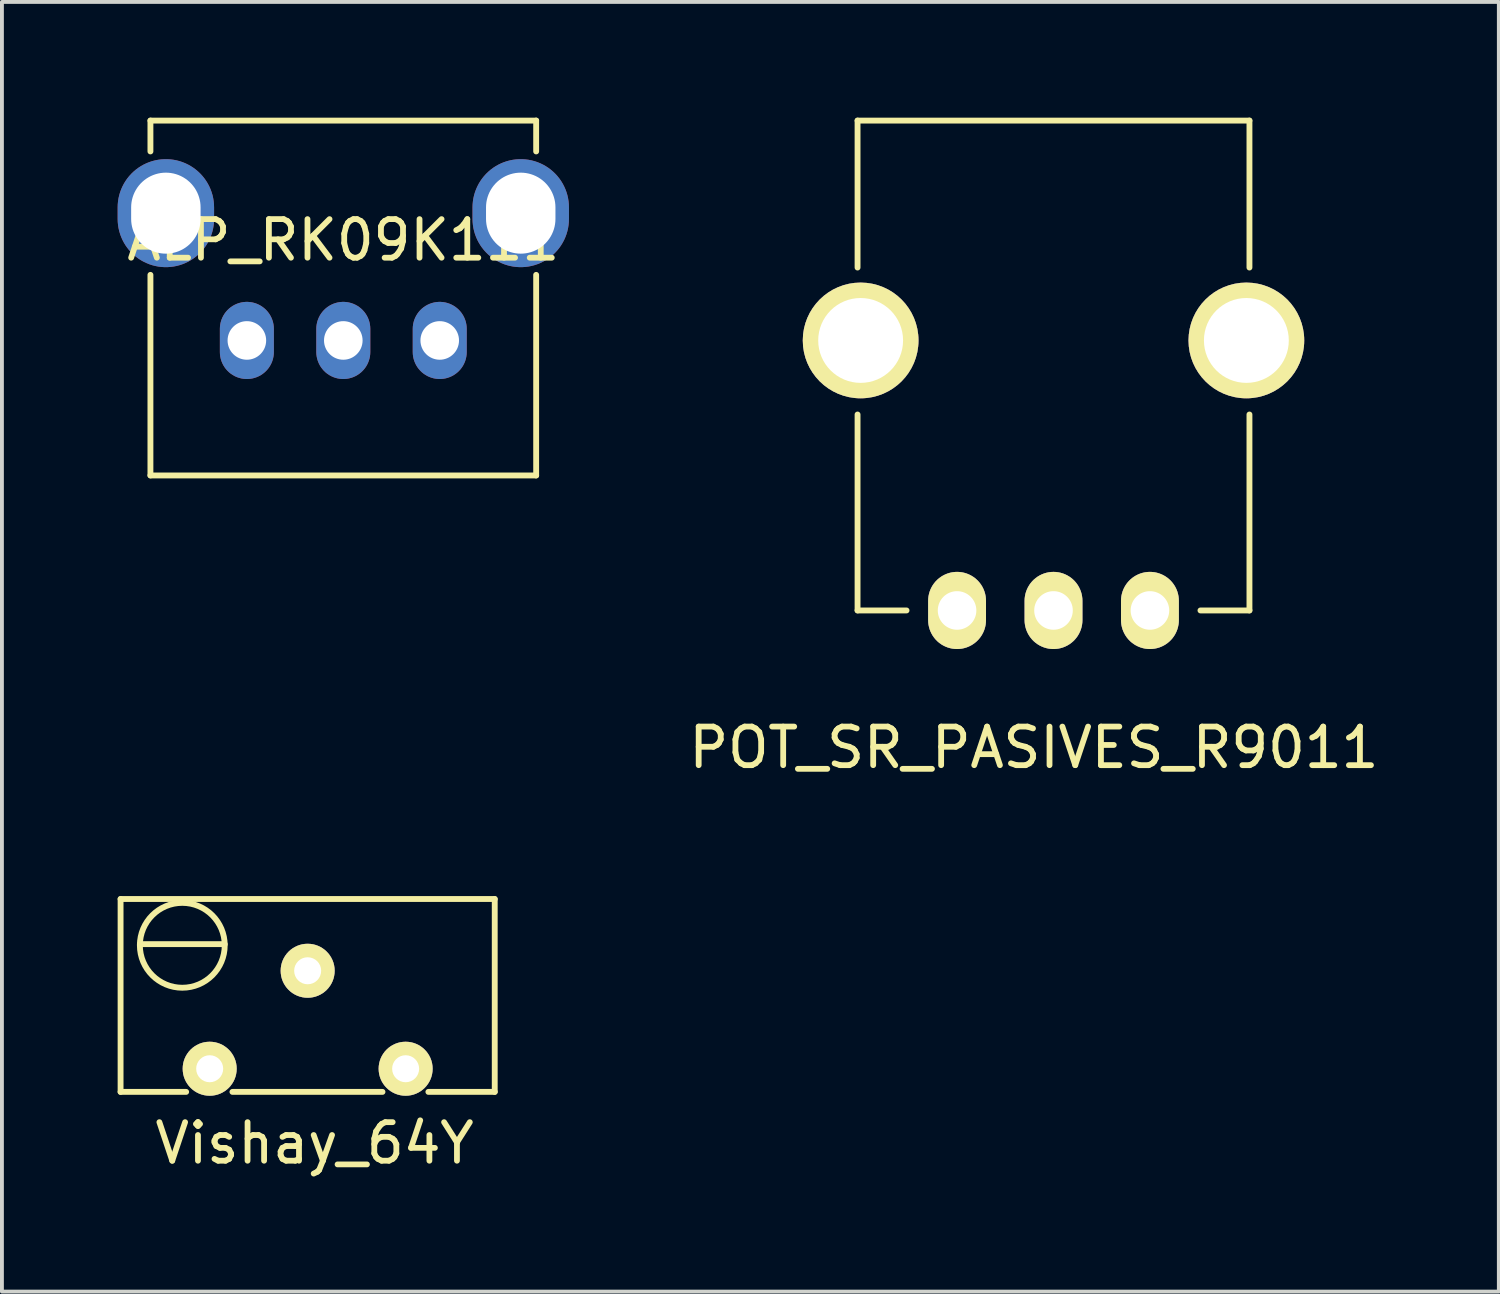
<source format=kicad_pcb>
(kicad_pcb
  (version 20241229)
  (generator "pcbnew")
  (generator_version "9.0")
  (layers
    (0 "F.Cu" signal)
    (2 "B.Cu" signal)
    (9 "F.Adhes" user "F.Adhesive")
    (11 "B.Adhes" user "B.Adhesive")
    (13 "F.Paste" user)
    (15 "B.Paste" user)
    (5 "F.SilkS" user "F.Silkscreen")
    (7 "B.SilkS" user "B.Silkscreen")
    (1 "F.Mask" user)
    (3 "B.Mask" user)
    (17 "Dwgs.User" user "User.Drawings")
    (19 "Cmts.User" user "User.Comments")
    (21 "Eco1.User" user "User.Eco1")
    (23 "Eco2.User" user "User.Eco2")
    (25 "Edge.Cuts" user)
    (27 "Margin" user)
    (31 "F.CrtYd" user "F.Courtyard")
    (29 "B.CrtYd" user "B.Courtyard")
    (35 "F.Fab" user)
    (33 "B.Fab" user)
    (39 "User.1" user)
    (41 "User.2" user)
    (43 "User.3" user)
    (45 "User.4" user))
  (footprint "Vishay_64Y"
    (layer "F.Cu")
    (at 4.926 23.387)
    (property "Reference" "Vishay_64Y" (at 0.18 3.2 0) (layer "F.SilkS") (effects (font (size 1 1) (thickness 0.15))))
    (attr through_hole)
    (fp_line (start -4.85 -3.13) (end 4.85 -3.13) (stroke (width 0.152) (type solid)) (layer "F.SilkS"))
    (fp_line (start -4.85 1.87) (end -4.85 -3.13) (stroke (width 0.152) (type solid)) (layer "F.SilkS"))
    (fp_line (start -4.85 1.87) (end -3.15 1.87) (stroke (width 0.152) (type solid)) (layer "F.SilkS"))
    (fp_line (start -4.35 -1.96) (end -2.15 -1.96) (stroke (width 0.152) (type solid)) (layer "F.SilkS"))
    (fp_line (start -1.95 1.87) (end 1.94 1.87) (stroke (width 0.152) (type solid)) (layer "F.SilkS"))
    (fp_line (start 3.13 1.87) (end 4.85 1.87) (stroke (width 0.152) (type solid)) (layer "F.SilkS"))
    (fp_line (start 4.85 1.87) (end 4.85 -3.13) (stroke (width 0.152) (type solid)) (layer "F.SilkS"))
    (fp_circle (center -3.25 -1.93) (end -2.15 -1.93) (stroke (width 0.152) (type solid)) (fill no) (layer "F.SilkS"))
    (pad "1" thru_hole circle (at -2.54 1.27) (size 1.4 1.4) (drill 0.7) (layers "*.Cu" "*.Mask" "F.SilkS"))
    (pad "2" thru_hole circle (at 0 -1.27) (size 1.4 1.4) (drill 0.7) (layers "*.Cu" "*.Mask" "F.SilkS"))
    (pad "3" thru_hole circle (at 2.54 1.27) (size 1.4 1.4) (drill 0.7) (layers "*.Cu" "*.Mask" "F.SilkS")))
  (footprint "POT_SR_PASIVES_R9011"
    (layer "F.Cu")
    (at 24.262 12.776)
    (property "Reference" "POT_SR_PASIVES_R9011" (at -0.508 3.556 0) (layer "F.SilkS") (effects (font (size 1 1) (thickness 0.15))))
    (attr through_hole)
    (fp_line (start -5.08 -12.7) (end 5.08 -12.7) (stroke (width 0.152) (type solid)) (layer "F.SilkS"))
    (fp_line (start -5.08 -8.89) (end -5.08 -12.7) (stroke (width 0.152) (type solid)) (layer "F.SilkS"))
    (fp_line (start -5.08 0) (end -5.08 -5.08) (stroke (width 0.152) (type solid)) (layer "F.SilkS"))
    (fp_line (start -3.81 0) (end -5.08 0) (stroke (width 0.152) (type solid)) (layer "F.SilkS"))
    (fp_line (start 3.81 0) (end 5.08 0) (stroke (width 0.152) (type solid)) (layer "F.SilkS"))
    (fp_line (start 5.08 -12.7) (end 5.08 -8.89) (stroke (width 0.152) (type solid)) (layer "F.SilkS"))
    (fp_line (start 5.08 0) (end 5.08 -5.08) (stroke (width 0.152) (type solid)) (layer "F.SilkS"))
    (pad "0" thru_hole circle (at -5 -7) (size 3 3) (drill 2.2) (layers "*.Cu" "*.Mask" "F.SilkS"))
    (pad "0" thru_hole circle (at 5 -7) (size 3 3) (drill 2.2) (layers "*.Cu" "*.Mask" "F.SilkS"))
    (pad "1" thru_hole oval (at -2.5 0) (size 1.5 2) (drill 1) (layers "*.Cu" "*.Mask" "F.SilkS"))
    (pad "2" thru_hole oval (at 0 0) (size 1.5 2) (drill 1) (layers "*.Cu" "*.Mask" "F.SilkS"))
    (pad "3" thru_hole oval (at 2.5 0) (size 1.5 2) (drill 1) (layers "*.Cu" "*.Mask" "F.SilkS")))
  (footprint "ALP_RK09K111"
    (layer "F.Cu")
    (at 5.85 5.776)
    (property "Reference" "ALP_RK09K111" (at 0 -2.6 0) (layer "F.SilkS") (effects (font (size 1 1) (thickness 0.15))))
    (attr through_hole)
    (fp_line (start -5 -5.7) (end 5 -5.7) (stroke (width 0.152) (type solid)) (layer "F.SilkS"))
    (fp_line (start -5 -4.9) (end -5 -5.7) (stroke (width 0.152) (type solid)) (layer "F.SilkS"))
    (fp_line (start -5 3.5) (end -5 -1.7) (stroke (width 0.152) (type solid)) (layer "F.SilkS"))
    (fp_line (start -5 3.5) (end 5 3.5) (stroke (width 0.152) (type solid)) (layer "F.SilkS"))
    (fp_line (start 5 -5.7) (end 5 -4.9) (stroke (width 0.152) (type solid)) (layer "F.SilkS"))
    (fp_line (start 5 -1.7) (end 5 3.5) (stroke (width 0.152) (type solid)) (layer "F.SilkS"))
    (pad "0" thru_hole oval (at -4.6 -3.3) (size 2.5 2.8) (drill oval 1.8 2.1) (layers "*.Cu" "*.Mask"))
    (pad "0" thru_hole oval (at 4.6 -3.3) (size 2.5 2.8) (drill oval 1.8 2.1) (layers "*.Cu" "*.Mask"))
    (pad "1" thru_hole oval (at -2.5 0) (size 1.4 2) (drill 1) (layers "*.Cu" "*.Mask"))
    (pad "2" thru_hole oval (at 0 0) (size 1.4 2) (drill 1) (layers "*.Cu" "*.Mask"))
    (pad "3" thru_hole oval (at 2.5 0) (size 1.4 2) (drill 1) (layers "*.Cu" "*.Mask")))
  (gr_rect
    (start -3 -3)
    (end 35.807 30.435)
    (stroke (width 0.1) (type default))
    (fill no)
    (layer "Edge.Cuts")))
</source>
